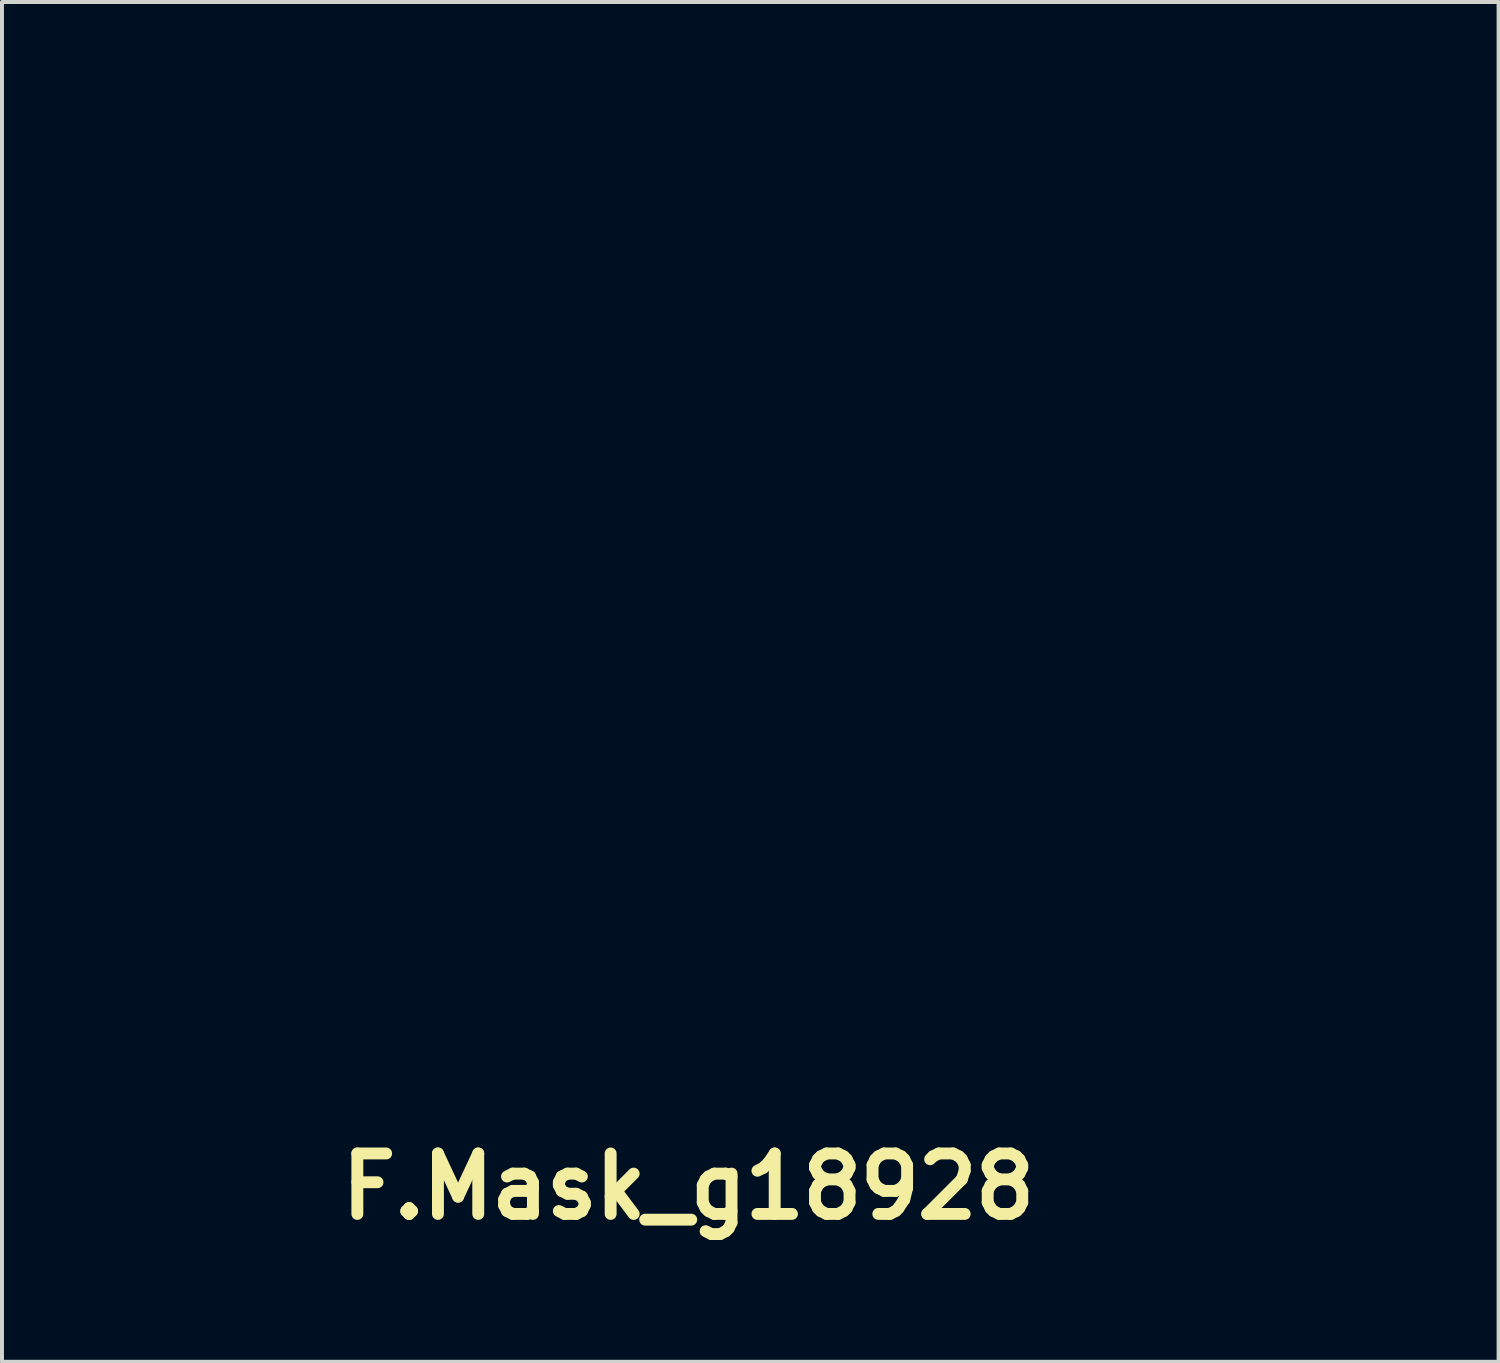
<source format=kicad_pcb>
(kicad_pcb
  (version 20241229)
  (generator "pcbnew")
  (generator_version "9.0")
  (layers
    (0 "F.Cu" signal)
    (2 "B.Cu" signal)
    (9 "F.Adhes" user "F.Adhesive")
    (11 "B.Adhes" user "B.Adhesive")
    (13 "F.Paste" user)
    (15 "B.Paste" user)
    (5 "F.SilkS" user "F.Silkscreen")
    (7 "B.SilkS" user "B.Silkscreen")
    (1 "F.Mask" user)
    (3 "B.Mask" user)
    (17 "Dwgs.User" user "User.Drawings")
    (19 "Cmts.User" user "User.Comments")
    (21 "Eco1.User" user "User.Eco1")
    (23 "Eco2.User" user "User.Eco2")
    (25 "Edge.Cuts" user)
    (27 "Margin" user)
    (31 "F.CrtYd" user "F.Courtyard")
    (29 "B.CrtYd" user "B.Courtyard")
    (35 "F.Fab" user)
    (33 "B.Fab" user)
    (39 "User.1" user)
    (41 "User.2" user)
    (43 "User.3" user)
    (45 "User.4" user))
  (footprint "F.Mask_g18928"
    (layer "F.Cu")
    (at 14.306 26.868)
    (property "Reference" "F.Mask_g18928" (at 0 0 0) (layer "F.SilkS") (effects (font (size 1.524 1.524) (thickness 0.3))))
    (attr through_hole)
    (fp_poly (pts (xy 1.451 -4.223) (xy 1.512 -4.16) (xy 1.498 -3.995) (xy 1.483 -3.916) (xy 1.411 -3.619) (xy 1.321 -3.482) (xy 1.192 -3.494) (xy 1.004 -3.645) (xy 0.97 -3.679) (xy 0.795 -3.906) (xy 0.78 -4.077) (xy 0.92 -4.186) (xy 1.216 -4.232) (xy 1.286 -4.233) (xy 1.451 -4.223)) (stroke (width 0.01) (type solid)) (fill yes) (layer "F.Mask"))
    (fp_poly (pts (xy 8.908 -5.819) (xy 8.969 -5.718) (xy 8.975 -5.643) (xy 8.911 -5.435) (xy 8.753 -5.265) (xy 8.551 -5.166) (xy 8.355 -5.167) (xy 8.269 -5.221) (xy 8.224 -5.343) (xy 8.213 -5.467) (xy 8.271 -5.631) (xy 8.468 -5.745) (xy 8.479 -5.749) (xy 8.754 -5.828) (xy 8.908 -5.819)) (stroke (width 0.01) (type solid)) (fill yes) (layer "F.Mask"))
    (fp_poly (pts (xy -6.675 -4.136) (xy -6.407 -4.013) (xy -6.233 -3.785) (xy -6.181 -3.514) (xy -6.242 -3.212) (xy -6.35 -3.048) (xy -6.477 -2.932) (xy -6.588 -2.896) (xy -6.749 -2.93) (xy -6.9 -2.982) (xy -7.264 -3.155) (xy -7.51 -3.363) (xy -7.627 -3.584) (xy -7.606 -3.797) (xy -7.438 -3.98) (xy -7.37 -4.019) (xy -7.005 -4.143) (xy -6.675 -4.136)) (stroke (width 0.01) (type solid)) (fill yes) (layer "F.Mask"))
    (fp_poly (pts (xy -7.037 -7.427) (xy -6.835 -7.275) (xy -6.596 -7.005) (xy -6.517 -6.741) (xy -6.589 -6.505) (xy -6.806 -6.321) (xy -7.158 -6.212) (xy -7.222 -6.204) (xy -7.469 -6.19) (xy -7.624 -6.239) (xy -7.76 -6.374) (xy -7.776 -6.394) (xy -7.937 -6.701) (xy -7.932 -6.993) (xy -7.759 -7.261) (xy -7.698 -7.316) (xy -7.461 -7.481) (xy -7.258 -7.518) (xy -7.037 -7.427)) (stroke (width 0.01) (type solid)) (fill yes) (layer "F.Mask"))
    (fp_poly (pts (xy 9.894 -6.359) (xy 10.18 -6.155) (xy 10.364 -5.857) (xy 10.412 -5.586) (xy 10.338 -5.215) (xy 10.115 -4.922) (xy 9.905 -4.783) (xy 9.64 -4.675) (xy 9.451 -4.683) (xy 9.286 -4.81) (xy 9.284 -4.812) (xy 9.196 -5.003) (xy 9.15 -5.302) (xy 9.147 -5.651) (xy 9.19 -5.993) (xy 9.237 -6.168) (xy 9.342 -6.365) (xy 9.497 -6.433) (xy 9.539 -6.435) (xy 9.894 -6.359)) (stroke (width 0.01) (type solid)) (fill yes) (layer "F.Mask"))
    (fp_poly (pts (xy 8.777 -10.507) (xy 8.826 -10.484) (xy 9.121 -10.263) (xy 9.311 -9.959) (xy 9.386 -9.613) (xy 9.339 -9.272) (xy 9.159 -8.976) (xy 9.151 -8.968) (xy 8.904 -8.777) (xy 8.668 -8.733) (xy 8.388 -8.827) (xy 8.383 -8.83) (xy 8.16 -9.02) (xy 8.069 -9.302) (xy 8.109 -9.685) (xy 8.153 -9.844) (xy 8.255 -10.129) (xy 8.361 -10.366) (xy 8.415 -10.458) (xy 8.505 -10.56) (xy 8.604 -10.575) (xy 8.777 -10.507)) (stroke (width 0.01) (type solid)) (fill yes) (layer "F.Mask"))
    (fp_poly (pts (xy -3.747 -8.902) (xy -3.412 -8.707) (xy -3.169 -8.49) (xy -2.958 -8.27) (xy -2.844 -8.111) (xy -2.804 -7.96) (xy -2.814 -7.76) (xy -2.819 -7.713) (xy -2.931 -7.35) (xy -3.154 -7.092) (xy -3.455 -6.954) (xy -3.802 -6.95) (xy -4.164 -7.093) (xy -4.191 -7.111) (xy -4.503 -7.414) (xy -4.687 -7.824) (xy -4.741 -8.279) (xy -4.735 -8.543) (xy -4.695 -8.693) (xy -4.594 -8.784) (xy -4.431 -8.859) (xy -4.077 -8.949) (xy -3.747 -8.902)) (stroke (width 0.01) (type solid)) (fill yes) (layer "F.Mask"))
    (fp_poly (pts (xy -1.988 -3.864) (xy -1.863 -3.81) (xy -1.733 -3.67) (xy -1.598 -3.414) (xy -1.477 -3.093) (xy -1.39 -2.758) (xy -1.355 -2.461) (xy -1.355 -2.452) (xy -1.355 -2.117) (xy -1.973 -2.117) (xy -2.323 -2.131) (xy -2.579 -2.169) (xy -2.692 -2.218) (xy -2.748 -2.359) (xy -2.783 -2.629) (xy -2.794 -2.932) (xy -2.788 -3.257) (xy -2.763 -3.461) (xy -2.704 -3.592) (xy -2.597 -3.698) (xy -2.571 -3.719) (xy -2.277 -3.874) (xy -1.988 -3.864)) (stroke (width 0.01) (type solid)) (fill yes) (layer "F.Mask"))
    (fp_poly (pts (xy 2.809 -4.321) (xy 2.949 -4.204) (xy 3.112 -3.937) (xy 3.235 -3.568) (xy 3.298 -3.158) (xy 3.302 -3.037) (xy 3.285 -2.828) (xy 3.206 -2.727) (xy 3.037 -2.678) (xy 2.777 -2.643) (xy 2.468 -2.625) (xy 2.404 -2.625) (xy 2.146 -2.645) (xy 1.987 -2.726) (xy 1.896 -2.838) (xy 1.771 -3.138) (xy 1.712 -3.511) (xy 1.726 -3.874) (xy 1.775 -4.057) (xy 1.953 -4.292) (xy 2.218 -4.419) (xy 2.519 -4.43) (xy 2.809 -4.321)) (stroke (width 0.01) (type solid)) (fill yes) (layer "F.Mask"))
    (fp_poly (pts (xy -5.186 -8.493) (xy -5.165 -8.354) (xy -5.165 -8.278) (xy -5.206 -8.016) (xy -5.301 -7.802) (xy -5.461 -7.625) (xy -5.688 -7.431) (xy -5.933 -7.257) (xy -6.144 -7.14) (xy -6.247 -7.112) (xy -6.369 -7.168) (xy -6.562 -7.315) (xy -6.749 -7.489) (xy -6.938 -7.696) (xy -7.055 -7.863) (xy -7.077 -7.946) (xy -6.973 -8.015) (xy -6.749 -8.114) (xy -6.448 -8.227) (xy -6.116 -8.339) (xy -5.795 -8.435) (xy -5.529 -8.499) (xy -5.482 -8.508) (xy -5.275 -8.533) (xy -5.186 -8.493)) (stroke (width 0.01) (type solid)) (fill yes) (layer "F.Mask"))
    (fp_poly (pts (xy -4.277 -3.942) (xy -4.009 -3.778) (xy -3.884 -3.652) (xy -3.808 -3.508) (xy -3.766 -3.296) (xy -3.74 -2.966) (xy -3.739 -2.959) (xy -3.727 -2.627) (xy -3.741 -2.42) (xy -3.788 -2.298) (xy -3.858 -2.229) (xy -4.085 -2.144) (xy -4.403 -2.121) (xy -4.749 -2.158) (xy -5.056 -2.253) (xy -5.08 -2.265) (xy -5.285 -2.396) (xy -5.377 -2.56) (xy -5.402 -2.728) (xy -5.363 -3.118) (xy -5.201 -3.486) (xy -4.946 -3.771) (xy -4.875 -3.82) (xy -4.556 -3.958) (xy -4.277 -3.942)) (stroke (width 0.01) (type solid)) (fill yes) (layer "F.Mask"))
    (fp_poly (pts (xy -0.639 -9.562) (xy -0.271 -9.166) (xy -0.062 -8.805) (xy -0.012 -8.485) (xy -0.122 -8.211) (xy -0.391 -7.985) (xy -0.619 -7.88) (xy -0.964 -7.803) (xy -1.367 -7.79) (xy -1.758 -7.838) (xy -2.068 -7.942) (xy -2.096 -7.958) (xy -2.436 -8.252) (xy -2.638 -8.639) (xy -2.709 -9.128) (xy -2.709 -9.152) (xy -2.702 -9.427) (xy -2.665 -9.586) (xy -2.578 -9.678) (xy -2.477 -9.731) (xy -2.274 -9.792) (xy -1.969 -9.847) (xy -1.64 -9.883) (xy -1.037 -9.929) (xy -0.639 -9.562)) (stroke (width 0.01) (type solid)) (fill yes) (layer "F.Mask"))
    (fp_poly (pts (xy 7.636 -11.266) (xy 7.932 -11.15) (xy 8.094 -10.943) (xy 8.13 -10.635) (xy 8.043 -10.216) (xy 7.958 -9.965) (xy 7.748 -9.535) (xy 7.491 -9.254) (xy 7.168 -9.107) (xy 7.056 -9.086) (xy 6.808 -9.078) (xy 6.641 -9.152) (xy 6.564 -9.226) (xy 6.482 -9.348) (xy 6.427 -9.521) (xy 6.391 -9.784) (xy 6.367 -10.174) (xy 6.365 -10.233) (xy 6.355 -10.674) (xy 6.381 -10.974) (xy 6.464 -11.16) (xy 6.626 -11.258) (xy 6.888 -11.297) (xy 7.201 -11.303) (xy 7.636 -11.266)) (stroke (width 0.01) (type solid)) (fill yes) (layer "F.Mask"))
    (fp_poly (pts (xy -0.013 -4.203) (xy 0.326 -4.102) (xy 0.566 -3.94) (xy 0.674 -3.738) (xy 0.677 -3.696) (xy 0.65 -3.47) (xy 0.581 -3.184) (xy 0.488 -2.897) (xy 0.391 -2.668) (xy 0.317 -2.562) (xy 0.095 -2.461) (xy -0.19 -2.418) (xy -0.381 -2.434) (xy -0.572 -2.502) (xy -0.687 -2.623) (xy -0.744 -2.833) (xy -0.762 -3.168) (xy -0.762 -3.232) (xy -0.755 -3.553) (xy -0.725 -3.757) (xy -0.656 -3.899) (xy -0.532 -4.031) (xy -0.53 -4.033) (xy -0.323 -4.182) (xy -0.11 -4.214) (xy -0.013 -4.203)) (stroke (width 0.01) (type solid)) (fill yes) (layer "F.Mask"))
    (fp_poly (pts (xy 4.925 -5.546) (xy 5.089 -5.453) (xy 5.24 -5.238) (xy 5.363 -4.921) (xy 5.45 -4.546) (xy 5.496 -4.161) (xy 5.494 -3.811) (xy 5.438 -3.543) (xy 5.373 -3.438) (xy 5.187 -3.32) (xy 4.912 -3.223) (xy 4.604 -3.156) (xy 4.315 -3.129) (xy 4.101 -3.153) (xy 4.036 -3.189) (xy 4.012 -3.293) (xy 3.993 -3.527) (xy 3.982 -3.852) (xy 3.979 -4.099) (xy 3.996 -4.646) (xy 4.051 -5.047) (xy 4.152 -5.32) (xy 4.308 -5.485) (xy 4.527 -5.564) (xy 4.601 -5.572) (xy 4.925 -5.546)) (stroke (width 0.01) (type solid)) (fill yes) (layer "F.Mask"))
    (fp_poly (pts (xy 7.473 -5.759) (xy 7.717 -5.596) (xy 7.865 -5.314) (xy 7.935 -4.895) (xy 7.935 -4.893) (xy 7.904 -4.415) (xy 7.741 -4.025) (xy 7.452 -3.739) (xy 7.401 -3.707) (xy 7.183 -3.618) (xy 6.897 -3.547) (xy 6.592 -3.5) (xy 6.317 -3.483) (xy 6.123 -3.503) (xy 6.065 -3.538) (xy 6.048 -3.666) (xy 6.061 -3.915) (xy 6.095 -4.243) (xy 6.148 -4.605) (xy 6.212 -4.956) (xy 6.274 -5.224) (xy 6.397 -5.555) (xy 6.572 -5.746) (xy 6.837 -5.824) (xy 7.115 -5.826) (xy 7.473 -5.759)) (stroke (width 0.01) (type solid)) (fill yes) (layer "F.Mask"))
    (fp_poly (pts (xy 1.893 -10.61) (xy 2.198 -10.35) (xy 2.201 -10.347) (xy 2.421 -10.042) (xy 2.631 -9.683) (xy 2.807 -9.319) (xy 2.926 -8.999) (xy 2.963 -8.789) (xy 2.903 -8.42) (xy 2.741 -8.092) (xy 2.508 -7.861) (xy 2.466 -7.837) (xy 2.11 -7.729) (xy 1.715 -7.723) (xy 1.365 -7.822) (xy 1.342 -7.833) (xy 1.112 -8.045) (xy 0.911 -8.404) (xy 0.748 -8.891) (xy 0.664 -9.29) (xy 0.613 -9.626) (xy 0.601 -9.853) (xy 0.632 -10.029) (xy 0.7 -10.196) (xy 0.928 -10.511) (xy 1.224 -10.687) (xy 1.557 -10.721) (xy 1.893 -10.61)) (stroke (width 0.01) (type solid)) (fill yes) (layer "F.Mask"))
    (fp_poly (pts (xy 5.187 -11.202) (xy 5.284 -11.179) (xy 5.588 -11.038) (xy 5.792 -10.834) (xy 5.917 -10.532) (xy 5.982 -10.101) (xy 5.986 -10.052) (xy 6.009 -9.605) (xy 5.992 -9.292) (xy 5.923 -9.079) (xy 5.79 -8.932) (xy 5.582 -8.817) (xy 5.564 -8.809) (xy 5.216 -8.7) (xy 4.794 -8.625) (xy 4.378 -8.595) (xy 4.064 -8.614) (xy 3.824 -8.693) (xy 3.666 -8.851) (xy 3.549 -9.123) (xy 3.493 -9.334) (xy 3.513 -9.455) (xy 3.59 -9.529) (xy 3.683 -9.616) (xy 3.634 -9.668) (xy 3.601 -9.682) (xy 3.523 -9.762) (xy 3.482 -9.95) (xy 3.471 -10.243) (xy 3.478 -10.533) (xy 3.511 -10.706) (xy 3.592 -10.817) (xy 3.732 -10.913) (xy 4.057 -11.06) (xy 4.451 -11.164) (xy 4.849 -11.215) (xy 5.187 -11.202)) (stroke (width 0.01) (type solid)) (fill yes) (layer "F.Mask"))
    (fp_poly (pts (xy -8.17 -24.536) (xy -7.712 -24.521) (xy -7.381 -24.501) (xy -7.135 -24.467) (xy -6.935 -24.413) (xy -6.737 -24.33) (xy -6.538 -24.231) (xy -5.891 -23.827) (xy -5.354 -23.332) (xy -4.905 -22.723) (xy -4.526 -21.977) (xy -4.488 -21.886) (xy -4.294 -21.395) (xy -4.155 -20.981) (xy -4.062 -20.594) (xy -4.007 -20.185) (xy -3.979 -19.704) (xy -3.97 -19.133) (xy -3.969 -18.631) (xy -3.979 -18.254) (xy -4.003 -17.962) (xy -4.046 -17.712) (xy -4.114 -17.46) (xy -4.183 -17.245) (xy -4.393 -16.669) (xy -4.602 -16.216) (xy -4.837 -15.842) (xy -5.124 -15.504) (xy -5.377 -15.258) (xy -5.807 -14.917) (xy -6.344 -14.569) (xy -6.932 -14.246) (xy -7.517 -13.977) (xy -8.045 -13.79) (xy -8.128 -13.768) (xy -8.548 -13.689) (xy -9.051 -13.631) (xy -9.578 -13.599) (xy -10.071 -13.595) (xy -10.47 -13.623) (xy -10.537 -13.633) (xy -11.107 -13.798) (xy -11.708 -14.083) (xy -12.292 -14.463) (xy -12.794 -14.895) (xy -13.331 -15.531) (xy -13.744 -16.249) (xy -14.039 -17.064) (xy -14.221 -17.991) (xy -14.28 -18.627) (xy -14.299 -19.011) (xy -14.301 -19.305) (xy -14.277 -19.562) (xy -14.221 -19.834) (xy -14.125 -20.175) (xy -14.023 -20.505) (xy -13.65 -21.47) (xy -13.175 -22.301) (xy -12.597 -23) (xy -11.912 -23.571) (xy -11.195 -23.98) (xy -10.61 -24.227) (xy -10.05 -24.397) (xy -9.465 -24.498) (xy -8.807 -24.54) (xy -8.17 -24.536)) (stroke (width 0.01) (type solid)) (fill yes) (layer "F.Mask"))
    (fp_poly (pts (xy 17.331 -26.853) (xy 17.408 -26.756) (xy 17.425 -26.661) (xy 17.415 -26.515) (xy 17.326 -26.385) (xy 17.126 -26.232) (xy 17.04 -26.176) (xy 16.691 -25.971) (xy 16.344 -25.814) (xy 15.974 -25.701) (xy 15.555 -25.63) (xy 15.061 -25.596) (xy 14.466 -25.597) (xy 13.744 -25.627) (xy 13.272 -25.656) (xy 12.607 -25.694) (xy 12.024 -25.715) (xy 11.548 -25.718) (xy 11.206 -25.702) (xy 11.134 -25.694) (xy 10.626 -25.624) (xy 11.163 -25.558) (xy 11.545 -25.491) (xy 11.993 -25.38) (xy 12.47 -25.238) (xy 12.939 -25.078) (xy 13.365 -24.912) (xy 13.711 -24.752) (xy 13.941 -24.613) (xy 13.986 -24.572) (xy 14.473 -23.946) (xy 14.883 -23.222) (xy 15.206 -22.435) (xy 15.429 -21.622) (xy 15.541 -20.82) (xy 15.53 -20.066) (xy 15.495 -19.816) (xy 15.35 -19.257) (xy 15.13 -18.697) (xy 14.86 -18.197) (xy 14.606 -17.854) (xy 14.437 -17.653) (xy 14.33 -17.495) (xy 14.309 -17.441) (xy 14.235 -17.381) (xy 14.06 -17.357) (xy 13.841 -17.306) (xy 13.762 -17.2) (xy 13.645 -17.053) (xy 13.387 -16.874) (xy 13.011 -16.674) (xy 12.539 -16.466) (xy 12.312 -16.377) (xy 11.684 -16.196) (xy 11.028 -16.121) (xy 10.308 -16.151) (xy 9.492 -16.286) (xy 9.402 -16.306) (xy 8.824 -16.439) (xy 8.399 -16.555) (xy 8.11 -16.666) (xy 7.945 -16.785) (xy 7.887 -16.926) (xy 7.924 -17.102) (xy 8.035 -17.319) (xy 12.7 -17.319) (xy 12.769 -17.322) (xy 12.938 -17.371) (xy 13.155 -17.448) (xy 13.363 -17.531) (xy 13.509 -17.601) (xy 13.546 -17.632) (xy 13.473 -17.677) (xy 13.298 -17.695) (xy 13.1 -17.725) (xy 12.99 -17.791) (xy 12.922 -17.791) (xy 12.832 -17.649) (xy 12.815 -17.612) (xy 12.739 -17.425) (xy 12.701 -17.324) (xy 12.7 -17.319) (xy 8.035 -17.319) (xy 8.039 -17.326) (xy 8.122 -17.461) (xy 8.361 -17.882) (xy 8.598 -18.377) (xy 8.805 -18.882) (xy 8.955 -19.332) (xy 8.986 -19.454) (xy 9.035 -19.976) (xy 8.999 -20.156) (xy 13.144 -20.156) (xy 13.156 -20.151) (xy 13.233 -20.21) (xy 13.25 -20.235) (xy 13.272 -20.314) (xy 13.26 -20.32) (xy 13.183 -20.26) (xy 13.166 -20.235) (xy 13.144 -20.156) (xy 8.999 -20.156) (xy 8.941 -20.447) (xy 13.293 -20.447) (xy 13.335 -20.405) (xy 13.377 -20.447) (xy 13.335 -20.489) (xy 13.293 -20.447) (xy 8.941 -20.447) (xy 8.94 -20.453) (xy 8.849 -20.616) (xy 13.377 -20.616) (xy 13.42 -20.574) (xy 13.462 -20.616) (xy 13.42 -20.659) (xy 13.377 -20.616) (xy 8.849 -20.616) (xy 8.712 -20.86) (xy 8.362 -21.167) (xy 8.14 -21.289) (xy 8.023 -21.331) (xy 8.025 -21.296) (xy 8.16 -21.185) (xy 8.221 -21.143) (xy 8.425 -20.969) (xy 8.517 -20.764) (xy 8.536 -20.622) (xy 8.539 -20.261) (xy 8.465 -20.014) (xy 8.297 -19.837) (xy 8.224 -19.79) (xy 7.88 -19.657) (xy 7.569 -19.688) (xy 7.28 -19.885) (xy 7.279 -19.886) (xy 7.045 -20.187) (xy 6.973 -20.476) (xy 7.057 -20.775) (xy 7.101 -20.852) (xy 7.339 -21.133) (xy 7.671 -21.323) (xy 7.789 -21.365) (xy 7.775 -21.386) (xy 7.623 -21.403) (xy 7.364 -21.413) (xy 7.303 -21.414) (xy 7.008 -21.419) (xy 6.817 -21.445) (xy 6.718 -21.521) (xy 6.697 -21.674) (xy 6.742 -21.932) (xy 6.84 -22.323) (xy 6.857 -22.389) (xy 6.997 -22.812) (xy 12.659 -22.812) (xy 12.757 -22.767) (xy 12.792 -22.761) (xy 13.016 -22.648) (xy 13.202 -22.404) (xy 13.326 -22.066) (xy 13.355 -21.898) (xy 13.37 -21.643) (xy 13.334 -21.508) (xy 13.261 -21.455) (xy 13.143 -21.373) (xy 13.123 -21.327) (xy 13.178 -21.254) (xy 13.317 -21.288) (xy 13.501 -21.418) (xy 13.52 -21.435) (xy 13.628 -21.562) (xy 13.688 -21.719) (xy 13.712 -21.957) (xy 13.716 -22.195) (xy 13.712 -22.503) (xy 13.687 -22.688) (xy 13.627 -22.796) (xy 13.514 -22.875) (xy 13.466 -22.9) (xy 13.154 -23.01) (xy 12.884 -23.011) (xy 12.705 -22.909) (xy 12.659 -22.812) (xy 6.997 -22.812) (xy 7.07 -23.033) (xy 7.38 -23.714) (xy 7.764 -24.395) (xy 8.197 -25.037) (xy 8.654 -25.603) (xy 9.113 -26.057) (xy 9.295 -26.201) (xy 9.523 -26.358) (xy 9.735 -26.478) (xy 9.956 -26.563) (xy 10.212 -26.616) (xy 10.527 -26.641) (xy 10.926 -26.639) (xy 11.435 -26.613) (xy 12.077 -26.567) (xy 12.35 -26.546) (xy 13.031 -26.498) (xy 13.715 -26.461) (xy 14.36 -26.436) (xy 14.92 -26.425) (xy 15.325 -26.429) (xy 15.78 -26.448) (xy 16.1 -26.471) (xy 16.322 -26.506) (xy 16.48 -26.558) (xy 16.61 -26.633) (xy 16.641 -26.655) (xy 16.884 -26.789) (xy 17.13 -26.862) (xy 17.148 -26.863) (xy 17.331 -26.853)) (stroke (width 0.01) (type solid)) (fill yes) (layer "F.Mask")))
  (gr_rect
    (start -3 -3)
    (end 34.735 31.286)
    (stroke (width 0.1) (type default))
    (fill no)
    (layer "Edge.Cuts")))
</source>
